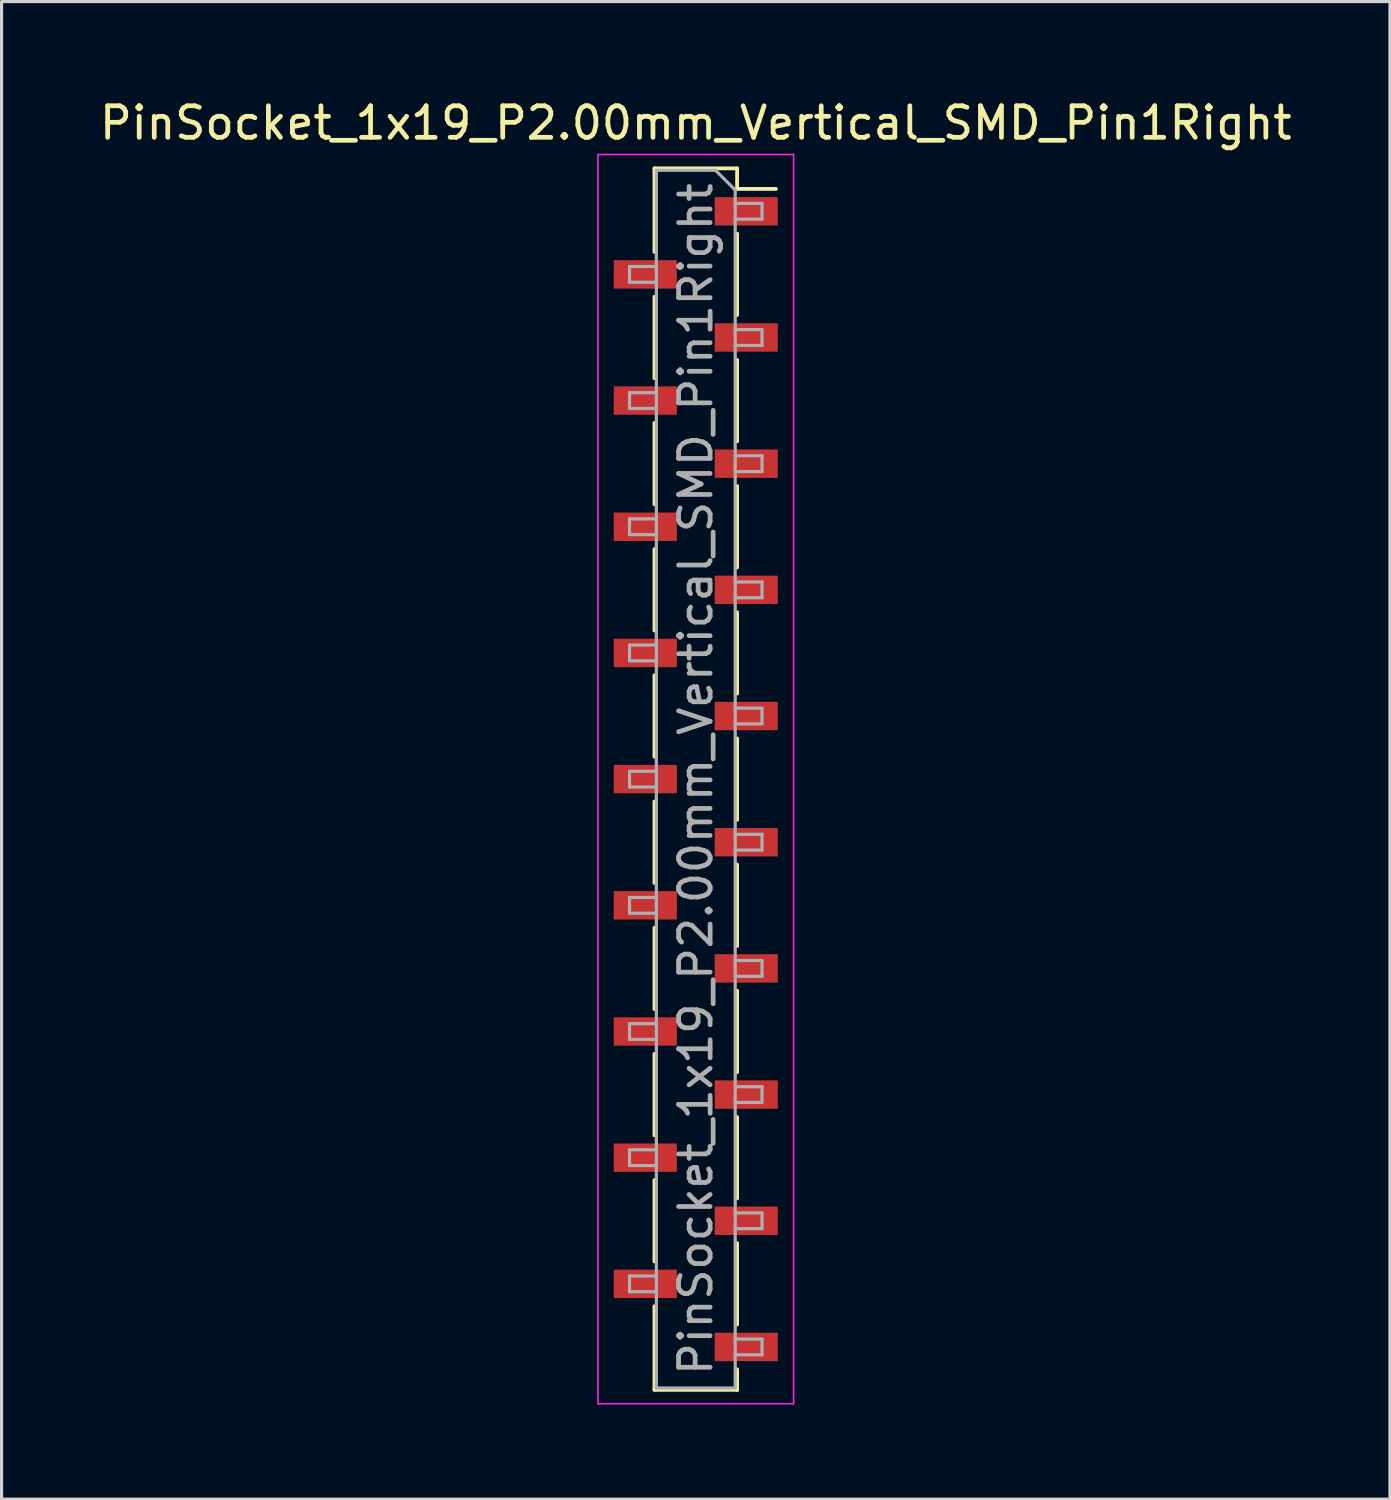
<source format=kicad_pcb>
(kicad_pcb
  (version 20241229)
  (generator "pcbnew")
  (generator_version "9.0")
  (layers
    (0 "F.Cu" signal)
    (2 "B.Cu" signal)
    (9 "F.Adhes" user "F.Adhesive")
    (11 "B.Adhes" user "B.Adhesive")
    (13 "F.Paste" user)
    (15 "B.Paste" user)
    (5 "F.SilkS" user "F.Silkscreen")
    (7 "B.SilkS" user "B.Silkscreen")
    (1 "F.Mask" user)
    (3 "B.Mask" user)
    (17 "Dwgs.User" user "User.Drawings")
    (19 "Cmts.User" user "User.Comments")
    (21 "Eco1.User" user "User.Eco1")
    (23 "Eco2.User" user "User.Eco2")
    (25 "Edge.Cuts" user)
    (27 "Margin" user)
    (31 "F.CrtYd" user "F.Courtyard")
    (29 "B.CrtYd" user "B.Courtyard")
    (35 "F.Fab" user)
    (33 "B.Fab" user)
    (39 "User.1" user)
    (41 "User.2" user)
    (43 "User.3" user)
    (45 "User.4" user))
  (footprint "PinSocket_1x19_P2.00mm_Vertical_SMD_Pin1Right"
    (layer "F.Cu")
    (at 19.006 21.648)
    (property "Reference" "PinSocket_1x19_P2.00mm_Vertical_SMD_Pin1Right" (at 0 -20.8 0) (layer "F.SilkS") (effects (font (size 1 1) (thickness 0.15))))
    (attr smd)
    (fp_line (start -1.31 -19.36) (end -1.31 -16.71) (stroke (width 0.12) (type solid)) (layer "F.SilkS"))
    (fp_line (start -1.31 -19.36) (end 1.31 -19.36) (stroke (width 0.12) (type solid)) (layer "F.SilkS"))
    (fp_line (start -1.31 -15.29) (end -1.31 -12.71) (stroke (width 0.12) (type solid)) (layer "F.SilkS"))
    (fp_line (start -1.31 -11.29) (end -1.31 -8.71) (stroke (width 0.12) (type solid)) (layer "F.SilkS"))
    (fp_line (start -1.31 -7.29) (end -1.31 -4.71) (stroke (width 0.12) (type solid)) (layer "F.SilkS"))
    (fp_line (start -1.31 -3.29) (end -1.31 -0.71) (stroke (width 0.12) (type solid)) (layer "F.SilkS"))
    (fp_line (start -1.31 0.71) (end -1.31 3.29) (stroke (width 0.12) (type solid)) (layer "F.SilkS"))
    (fp_line (start -1.31 4.71) (end -1.31 7.29) (stroke (width 0.12) (type solid)) (layer "F.SilkS"))
    (fp_line (start -1.31 8.71) (end -1.31 11.29) (stroke (width 0.12) (type solid)) (layer "F.SilkS"))
    (fp_line (start -1.31 12.71) (end -1.31 15.29) (stroke (width 0.12) (type solid)) (layer "F.SilkS"))
    (fp_line (start -1.31 16.71) (end -1.31 19.36) (stroke (width 0.12) (type solid)) (layer "F.SilkS"))
    (fp_line (start -1.31 19.36) (end 1.31 19.36) (stroke (width 0.12) (type solid)) (layer "F.SilkS"))
    (fp_line (start 1.31 -19.36) (end 1.31 -18.71) (stroke (width 0.12) (type solid)) (layer "F.SilkS"))
    (fp_line (start 1.31 -18.71) (end 2.54 -18.71) (stroke (width 0.12) (type solid)) (layer "F.SilkS"))
    (fp_line (start 1.31 -17.29) (end 1.31 -14.71) (stroke (width 0.12) (type solid)) (layer "F.SilkS"))
    (fp_line (start 1.31 -13.29) (end 1.31 -10.71) (stroke (width 0.12) (type solid)) (layer "F.SilkS"))
    (fp_line (start 1.31 -9.29) (end 1.31 -6.71) (stroke (width 0.12) (type solid)) (layer "F.SilkS"))
    (fp_line (start 1.31 -5.29) (end 1.31 -2.71) (stroke (width 0.12) (type solid)) (layer "F.SilkS"))
    (fp_line (start 1.31 -1.29) (end 1.31 1.29) (stroke (width 0.12) (type solid)) (layer "F.SilkS"))
    (fp_line (start 1.31 2.71) (end 1.31 5.29) (stroke (width 0.12) (type solid)) (layer "F.SilkS"))
    (fp_line (start 1.31 6.71) (end 1.31 9.29) (stroke (width 0.12) (type solid)) (layer "F.SilkS"))
    (fp_line (start 1.31 10.71) (end 1.31 13.29) (stroke (width 0.12) (type solid)) (layer "F.SilkS"))
    (fp_line (start 1.31 14.71) (end 1.31 17.29) (stroke (width 0.12) (type solid)) (layer "F.SilkS"))
    (fp_line (start 1.31 18.71) (end 1.31 19.36) (stroke (width 0.12) (type solid)) (layer "F.SilkS"))
    (fp_line (start -3.1 -19.8) (end 3.1 -19.8) (stroke (width 0.05) (type solid)) (layer "F.CrtYd"))
    (fp_line (start -3.1 19.8) (end -3.1 -19.8) (stroke (width 0.05) (type solid)) (layer "F.CrtYd"))
    (fp_line (start 3.1 -19.8) (end 3.1 19.8) (stroke (width 0.05) (type solid)) (layer "F.CrtYd"))
    (fp_line (start 3.1 19.8) (end -3.1 19.8) (stroke (width 0.05) (type solid)) (layer "F.CrtYd"))
    (fp_line (start -2.1 -16.25) (end -1.25 -16.25) (stroke (width 0.1) (type solid)) (layer "F.Fab"))
    (fp_line (start -2.1 -15.75) (end -2.1 -16.25) (stroke (width 0.1) (type solid)) (layer "F.Fab"))
    (fp_line (start -2.1 -12.25) (end -1.25 -12.25) (stroke (width 0.1) (type solid)) (layer "F.Fab"))
    (fp_line (start -2.1 -11.75) (end -2.1 -12.25) (stroke (width 0.1) (type solid)) (layer "F.Fab"))
    (fp_line (start -2.1 -8.25) (end -1.25 -8.25) (stroke (width 0.1) (type solid)) (layer "F.Fab"))
    (fp_line (start -2.1 -7.75) (end -2.1 -8.25) (stroke (width 0.1) (type solid)) (layer "F.Fab"))
    (fp_line (start -2.1 -4.25) (end -1.25 -4.25) (stroke (width 0.1) (type solid)) (layer "F.Fab"))
    (fp_line (start -2.1 -3.75) (end -2.1 -4.25) (stroke (width 0.1) (type solid)) (layer "F.Fab"))
    (fp_line (start -2.1 -0.25) (end -1.25 -0.25) (stroke (width 0.1) (type solid)) (layer "F.Fab"))
    (fp_line (start -2.1 0.25) (end -2.1 -0.25) (stroke (width 0.1) (type solid)) (layer "F.Fab"))
    (fp_line (start -2.1 3.75) (end -1.25 3.75) (stroke (width 0.1) (type solid)) (layer "F.Fab"))
    (fp_line (start -2.1 4.25) (end -2.1 3.75) (stroke (width 0.1) (type solid)) (layer "F.Fab"))
    (fp_line (start -2.1 7.75) (end -1.25 7.75) (stroke (width 0.1) (type solid)) (layer "F.Fab"))
    (fp_line (start -2.1 8.25) (end -2.1 7.75) (stroke (width 0.1) (type solid)) (layer "F.Fab"))
    (fp_line (start -2.1 11.75) (end -1.25 11.75) (stroke (width 0.1) (type solid)) (layer "F.Fab"))
    (fp_line (start -2.1 12.25) (end -2.1 11.75) (stroke (width 0.1) (type solid)) (layer "F.Fab"))
    (fp_line (start -2.1 15.75) (end -1.25 15.75) (stroke (width 0.1) (type solid)) (layer "F.Fab"))
    (fp_line (start -2.1 16.25) (end -2.1 15.75) (stroke (width 0.1) (type solid)) (layer "F.Fab"))
    (fp_line (start -1.25 -19.3) (end 0.625 -19.3) (stroke (width 0.1) (type solid)) (layer "F.Fab"))
    (fp_line (start -1.25 -15.75) (end -2.1 -15.75) (stroke (width 0.1) (type solid)) (layer "F.Fab"))
    (fp_line (start -1.25 -11.75) (end -2.1 -11.75) (stroke (width 0.1) (type solid)) (layer "F.Fab"))
    (fp_line (start -1.25 -7.75) (end -2.1 -7.75) (stroke (width 0.1) (type solid)) (layer "F.Fab"))
    (fp_line (start -1.25 -3.75) (end -2.1 -3.75) (stroke (width 0.1) (type solid)) (layer "F.Fab"))
    (fp_line (start -1.25 0.25) (end -2.1 0.25) (stroke (width 0.1) (type solid)) (layer "F.Fab"))
    (fp_line (start -1.25 4.25) (end -2.1 4.25) (stroke (width 0.1) (type solid)) (layer "F.Fab"))
    (fp_line (start -1.25 8.25) (end -2.1 8.25) (stroke (width 0.1) (type solid)) (layer "F.Fab"))
    (fp_line (start -1.25 12.25) (end -2.1 12.25) (stroke (width 0.1) (type solid)) (layer "F.Fab"))
    (fp_line (start -1.25 16.25) (end -2.1 16.25) (stroke (width 0.1) (type solid)) (layer "F.Fab"))
    (fp_line (start -1.25 19.3) (end -1.25 -19.3) (stroke (width 0.1) (type solid)) (layer "F.Fab"))
    (fp_line (start 0.625 -19.3) (end 1.25 -18.675) (stroke (width 0.1) (type solid)) (layer "F.Fab"))
    (fp_line (start 1.25 -18.675) (end 1.25 19.3) (stroke (width 0.1) (type solid)) (layer "F.Fab"))
    (fp_line (start 1.25 -18.25) (end 2.1 -18.25) (stroke (width 0.1) (type solid)) (layer "F.Fab"))
    (fp_line (start 1.25 -14.25) (end 2.1 -14.25) (stroke (width 0.1) (type solid)) (layer "F.Fab"))
    (fp_line (start 1.25 -10.25) (end 2.1 -10.25) (stroke (width 0.1) (type solid)) (layer "F.Fab"))
    (fp_line (start 1.25 -6.25) (end 2.1 -6.25) (stroke (width 0.1) (type solid)) (layer "F.Fab"))
    (fp_line (start 1.25 -2.25) (end 2.1 -2.25) (stroke (width 0.1) (type solid)) (layer "F.Fab"))
    (fp_line (start 1.25 1.75) (end 2.1 1.75) (stroke (width 0.1) (type solid)) (layer "F.Fab"))
    (fp_line (start 1.25 5.75) (end 2.1 5.75) (stroke (width 0.1) (type solid)) (layer "F.Fab"))
    (fp_line (start 1.25 9.75) (end 2.1 9.75) (stroke (width 0.1) (type solid)) (layer "F.Fab"))
    (fp_line (start 1.25 13.75) (end 2.1 13.75) (stroke (width 0.1) (type solid)) (layer "F.Fab"))
    (fp_line (start 1.25 17.75) (end 2.1 17.75) (stroke (width 0.1) (type solid)) (layer "F.Fab"))
    (fp_line (start 1.25 19.3) (end -1.25 19.3) (stroke (width 0.1) (type solid)) (layer "F.Fab"))
    (fp_line (start 2.1 -18.25) (end 2.1 -17.75) (stroke (width 0.1) (type solid)) (layer "F.Fab"))
    (fp_line (start 2.1 -17.75) (end 1.25 -17.75) (stroke (width 0.1) (type solid)) (layer "F.Fab"))
    (fp_line (start 2.1 -14.25) (end 2.1 -13.75) (stroke (width 0.1) (type solid)) (layer "F.Fab"))
    (fp_line (start 2.1 -13.75) (end 1.25 -13.75) (stroke (width 0.1) (type solid)) (layer "F.Fab"))
    (fp_line (start 2.1 -10.25) (end 2.1 -9.75) (stroke (width 0.1) (type solid)) (layer "F.Fab"))
    (fp_line (start 2.1 -9.75) (end 1.25 -9.75) (stroke (width 0.1) (type solid)) (layer "F.Fab"))
    (fp_line (start 2.1 -6.25) (end 2.1 -5.75) (stroke (width 0.1) (type solid)) (layer "F.Fab"))
    (fp_line (start 2.1 -5.75) (end 1.25 -5.75) (stroke (width 0.1) (type solid)) (layer "F.Fab"))
    (fp_line (start 2.1 -2.25) (end 2.1 -1.75) (stroke (width 0.1) (type solid)) (layer "F.Fab"))
    (fp_line (start 2.1 -1.75) (end 1.25 -1.75) (stroke (width 0.1) (type solid)) (layer "F.Fab"))
    (fp_line (start 2.1 1.75) (end 2.1 2.25) (stroke (width 0.1) (type solid)) (layer "F.Fab"))
    (fp_line (start 2.1 2.25) (end 1.25 2.25) (stroke (width 0.1) (type solid)) (layer "F.Fab"))
    (fp_line (start 2.1 5.75) (end 2.1 6.25) (stroke (width 0.1) (type solid)) (layer "F.Fab"))
    (fp_line (start 2.1 6.25) (end 1.25 6.25) (stroke (width 0.1) (type solid)) (layer "F.Fab"))
    (fp_line (start 2.1 9.75) (end 2.1 10.25) (stroke (width 0.1) (type solid)) (layer "F.Fab"))
    (fp_line (start 2.1 10.25) (end 1.25 10.25) (stroke (width 0.1) (type solid)) (layer "F.Fab"))
    (fp_line (start 2.1 13.75) (end 2.1 14.25) (stroke (width 0.1) (type solid)) (layer "F.Fab"))
    (fp_line (start 2.1 14.25) (end 1.25 14.25) (stroke (width 0.1) (type solid)) (layer "F.Fab"))
    (fp_line (start 2.1 17.75) (end 2.1 18.25) (stroke (width 0.1) (type solid)) (layer "F.Fab"))
    (fp_line (start 2.1 18.25) (end 1.25 18.25) (stroke (width 0.1) (type solid)) (layer "F.Fab"))
    (fp_text user "${REFERENCE}" (at 0 0 90) (layer "F.Fab") (effects (font (size 1 1) (thickness 0.15))))
    (pad "1" smd rect (at 1.6 -18) (size 2 0.9) (layers "F.Cu" "F.Mask" "F.Paste"))
    (pad "2" smd rect (at -1.6 -16) (size 2 0.9) (layers "F.Cu" "F.Mask" "F.Paste"))
    (pad "3" smd rect (at 1.6 -14) (size 2 0.9) (layers "F.Cu" "F.Mask" "F.Paste"))
    (pad "4" smd rect (at -1.6 -12) (size 2 0.9) (layers "F.Cu" "F.Mask" "F.Paste"))
    (pad "5" smd rect (at 1.6 -10) (size 2 0.9) (layers "F.Cu" "F.Mask" "F.Paste"))
    (pad "6" smd rect (at -1.6 -8) (size 2 0.9) (layers "F.Cu" "F.Mask" "F.Paste"))
    (pad "7" smd rect (at 1.6 -6) (size 2 0.9) (layers "F.Cu" "F.Mask" "F.Paste"))
    (pad "8" smd rect (at -1.6 -4) (size 2 0.9) (layers "F.Cu" "F.Mask" "F.Paste"))
    (pad "9" smd rect (at 1.6 -2) (size 2 0.9) (layers "F.Cu" "F.Mask" "F.Paste"))
    (pad "10" smd rect (at -1.6 0) (size 2 0.9) (layers "F.Cu" "F.Mask" "F.Paste"))
    (pad "11" smd rect (at 1.6 2) (size 2 0.9) (layers "F.Cu" "F.Mask" "F.Paste"))
    (pad "12" smd rect (at -1.6 4) (size 2 0.9) (layers "F.Cu" "F.Mask" "F.Paste"))
    (pad "13" smd rect (at 1.6 6) (size 2 0.9) (layers "F.Cu" "F.Mask" "F.Paste"))
    (pad "14" smd rect (at -1.6 8) (size 2 0.9) (layers "F.Cu" "F.Mask" "F.Paste"))
    (pad "15" smd rect (at 1.6 10) (size 2 0.9) (layers "F.Cu" "F.Mask" "F.Paste"))
    (pad "16" smd rect (at -1.6 12) (size 2 0.9) (layers "F.Cu" "F.Mask" "F.Paste"))
    (pad "17" smd rect (at 1.6 14) (size 2 0.9) (layers "F.Cu" "F.Mask" "F.Paste"))
    (pad "18" smd rect (at -1.6 16) (size 2 0.9) (layers "F.Cu" "F.Mask" "F.Paste"))
    (pad "19" smd rect (at 1.6 18) (size 2 0.9) (layers "F.Cu" "F.Mask" "F.Paste")))
  (gr_rect
    (start -3 -3)
    (end 41.012 44.473)
    (stroke (width 0.1) (type default))
    (fill no)
    (layer "Edge.Cuts")))
</source>
